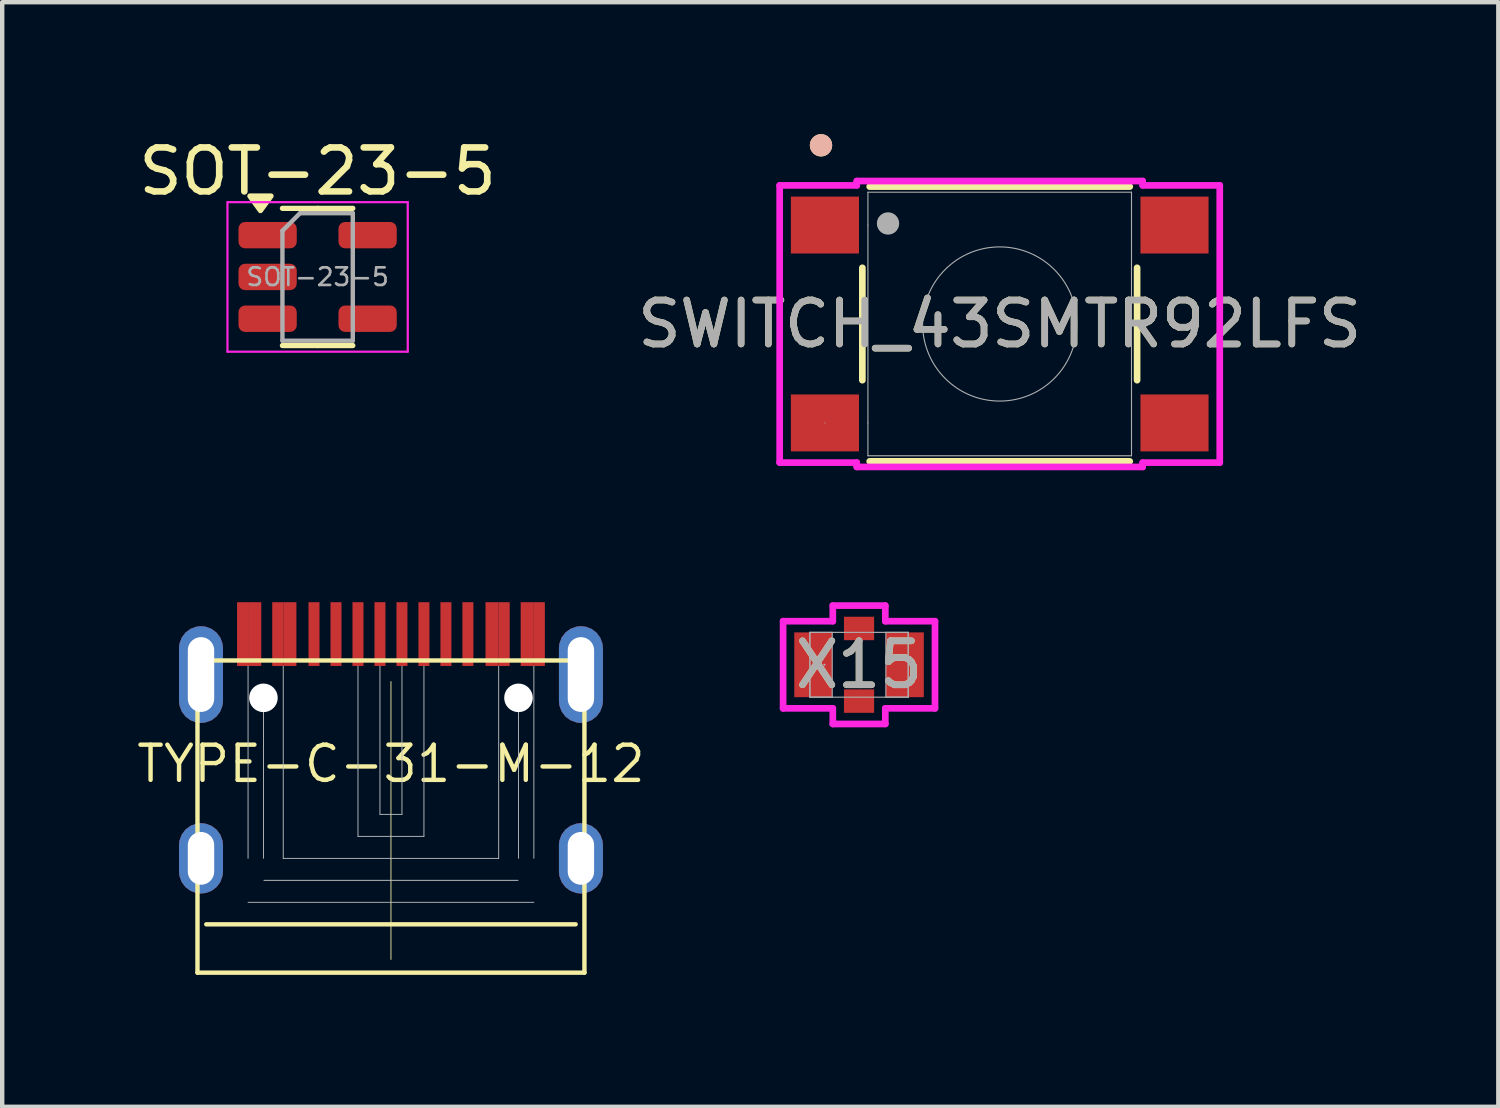
<source format=kicad_pcb>
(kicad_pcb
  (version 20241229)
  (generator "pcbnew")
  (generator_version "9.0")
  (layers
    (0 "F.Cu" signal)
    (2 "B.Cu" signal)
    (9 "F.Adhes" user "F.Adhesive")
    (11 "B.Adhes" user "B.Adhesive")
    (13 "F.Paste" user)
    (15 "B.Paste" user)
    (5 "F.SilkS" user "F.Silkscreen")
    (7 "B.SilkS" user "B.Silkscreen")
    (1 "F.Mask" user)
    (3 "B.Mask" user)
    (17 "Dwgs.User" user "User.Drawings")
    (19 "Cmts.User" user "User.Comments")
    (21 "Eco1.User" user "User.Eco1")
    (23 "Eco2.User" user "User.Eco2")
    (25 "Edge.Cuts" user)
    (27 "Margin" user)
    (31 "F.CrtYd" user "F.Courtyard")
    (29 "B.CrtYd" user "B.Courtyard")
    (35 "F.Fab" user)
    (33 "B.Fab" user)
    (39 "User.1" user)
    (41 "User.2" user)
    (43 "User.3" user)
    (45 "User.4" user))
  (footprint "X15"
    (layer "F.Cu")
    (at 16.486 12.068)
    (property "Reference" "X15" (at 0 0 0) (unlocked yes) (layer "F.SilkS") (effects (font (size 1 1) (thickness 0.15))))
    (attr smd)
    (fp_line (start -1.727 -0.991) (end -0.597 -0.991) (stroke (width 0.152) (type solid)) (layer "F.CrtYd"))
    (fp_line (start -1.727 0.991) (end -1.727 -0.991) (stroke (width 0.152) (type solid)) (layer "F.CrtYd"))
    (fp_line (start -1.727 0.991) (end -0.597 0.991) (stroke (width 0.152) (type solid)) (layer "F.CrtYd"))
    (fp_line (start -0.597 -1.346) (end 0.597 -1.346) (stroke (width 0.152) (type solid)) (layer "F.CrtYd"))
    (fp_line (start -0.597 -0.991) (end -0.597 -1.346) (stroke (width 0.152) (type solid)) (layer "F.CrtYd"))
    (fp_line (start -0.597 0.991) (end -0.597 1.346) (stroke (width 0.152) (type solid)) (layer "F.CrtYd"))
    (fp_line (start -0.597 1.346) (end 0.597 1.346) (stroke (width 0.152) (type solid)) (layer "F.CrtYd"))
    (fp_line (start 0.597 -0.991) (end 0.597 -1.346) (stroke (width 0.152) (type solid)) (layer "F.CrtYd"))
    (fp_line (start 0.597 0.991) (end 0.597 1.346) (stroke (width 0.152) (type solid)) (layer "F.CrtYd"))
    (fp_line (start 1.727 -0.991) (end 0.597 -0.991) (stroke (width 0.152) (type solid)) (layer "F.CrtYd"))
    (fp_line (start 1.727 0.991) (end 0.597 0.991) (stroke (width 0.152) (type solid)) (layer "F.CrtYd"))
    (fp_line (start 1.727 0.991) (end 1.727 -0.991) (stroke (width 0.152) (type solid)) (layer "F.CrtYd"))
    (fp_line (start -1.118 -0.737) (end -1.118 0.737) (stroke (width 0.025) (type solid)) (layer "F.Fab"))
    (fp_line (start -1.118 -0.737) (end -1.118 0.737) (stroke (width 0.025) (type solid)) (layer "F.Fab"))
    (fp_line (start -1.118 0.737) (end -0.61 0.737) (stroke (width 0.025) (type solid)) (layer "F.Fab"))
    (fp_line (start -1.118 0.737) (end 1.118 0.737) (stroke (width 0.025) (type solid)) (layer "F.Fab"))
    (fp_line (start -0.61 -0.737) (end -1.118 -0.737) (stroke (width 0.025) (type solid)) (layer "F.Fab"))
    (fp_line (start -0.61 0.737) (end -0.61 -0.737) (stroke (width 0.025) (type solid)) (layer "F.Fab"))
    (fp_line (start 0.61 -0.737) (end 0.61 0.737) (stroke (width 0.025) (type solid)) (layer "F.Fab"))
    (fp_line (start 0.61 0.737) (end 1.118 0.737) (stroke (width 0.025) (type solid)) (layer "F.Fab"))
    (fp_line (start 1.118 -0.737) (end -1.118 -0.737) (stroke (width 0.025) (type solid)) (layer "F.Fab"))
    (fp_line (start 1.118 -0.737) (end 0.61 -0.737) (stroke (width 0.025) (type solid)) (layer "F.Fab"))
    (fp_line (start 1.118 0.737) (end 1.118 -0.737) (stroke (width 0.025) (type solid)) (layer "F.Fab"))
    (fp_line (start 1.118 0.737) (end 1.118 -0.737) (stroke (width 0.025) (type solid)) (layer "F.Fab"))
    (fp_circle (center -0.787 0) (end -0.787 0) (stroke (width 0.025) (type solid)) (fill no) (layer "F.Fab"))
    (fp_text user "${REFERENCE}" (at 0 0 0) (unlocked yes) (layer "F.Fab") (effects (font (size 1 1) (thickness 0.15))))
    (pad "1" smd rect (at -1.041 0) (size 0.864 1.473) (layers "F.Cu" "F.Mask" "F.Paste"))
    (pad "2" smd rect (at 1.041 0) (size 0.864 1.473) (layers "F.Cu" "F.Mask" "F.Paste"))
    (pad "3" smd rect (at 0 -0.826) (size 0.686 0.533) (layers "F.Cu" "F.Mask" "F.Paste"))
    (pad "4" smd rect (at 0 0.826) (size 0.686 0.533) (layers "F.Cu" "F.Mask" "F.Paste")))
  (footprint "TYPE-C-31-M-12"
    (layer "F.Cu")
    (at 5.841 16.47)
    (property "Reference" "TYPE-C-31-M-12" (at 0 -2.15 180) (layer "F.SilkS") (effects (font (size 0.8 0.8) (thickness 0.1))))
    (attr smd)
    (fp_line (start -4.4 -4.5) (end -4.4 2.6) (stroke (width 0.1) (type solid)) (layer "F.SilkS"))
    (fp_line (start -4.4 -4.5) (end 4.4 -4.5) (stroke (width 0.1) (type solid)) (layer "F.SilkS"))
    (fp_line (start 0 -4.02) (end 0 2.3) (stroke (width 0.02) (type solid)) (layer "F.SilkS"))
    (fp_line (start 4.2 1.5) (end -4.2 1.5) (stroke (width 0.1) (type solid)) (layer "F.SilkS"))
    (fp_line (start 4.4 -4.5) (end 4.4 2.6) (stroke (width 0.1) (type solid)) (layer "F.SilkS"))
    (fp_line (start 4.4 2.6) (end -4.4 2.6) (stroke (width 0.1) (type solid)) (layer "F.SilkS"))
    (fp_line (start -3.25 -4.37) (end -3.25 0) (stroke (width 0.02) (type solid)) (layer "Dwgs.User"))
    (fp_line (start -3.25 1) (end 3.25 1) (stroke (width 0.02) (type solid)) (layer "Dwgs.User"))
    (fp_line (start -2.9 -3.65) (end -2.9 0) (stroke (width 0.02) (type solid)) (layer "Dwgs.User"))
    (fp_line (start -2.89 0.5) (end 2.89 0.5) (stroke (width 0.02) (type solid)) (layer "Dwgs.User"))
    (fp_line (start -2.45 -4.37) (end -2.45 0) (stroke (width 0.02) (type solid)) (layer "Dwgs.User"))
    (fp_line (start -2.45 0) (end 2.45 0) (stroke (width 0.02) (type solid)) (layer "Dwgs.User"))
    (fp_line (start -0.75 -4.37) (end -0.75 -0.5) (stroke (width 0.02) (type solid)) (layer "Dwgs.User"))
    (fp_line (start -0.75 -0.5) (end 0.75 -0.5) (stroke (width 0.02) (type solid)) (layer "Dwgs.User"))
    (fp_line (start -0.25 -4.37) (end -0.25 -1) (stroke (width 0.02) (type solid)) (layer "Dwgs.User"))
    (fp_line (start -0.25 -1) (end 0.25 -1) (stroke (width 0.02) (type solid)) (layer "Dwgs.User"))
    (fp_line (start 0.25 -4.37) (end 0.25 -1) (stroke (width 0.02) (type solid)) (layer "Dwgs.User"))
    (fp_line (start 0.75 -4.37) (end 0.75 -0.5) (stroke (width 0.02) (type solid)) (layer "Dwgs.User"))
    (fp_line (start 2.45 -4.37) (end 2.45 0) (stroke (width 0.02) (type solid)) (layer "Dwgs.User"))
    (fp_line (start 2.9 -3.65) (end 2.9 0) (stroke (width 0.02) (type solid)) (layer "Dwgs.User"))
    (fp_line (start 3.25 -4.37) (end 3.25 0) (stroke (width 0.02) (type solid)) (layer "Dwgs.User"))
    (pad "" np_thru_hole circle (at -2.9 -3.65) (size 0.65 0.65) (drill 0.65) (layers "*.Cu" "*.Mask"))
    (pad "" np_thru_hole circle (at 2.9 -3.65) (size 0.65 0.65) (drill 0.65) (layers "*.Cu" "*.Mask"))
    (pad "A1" smd rect (at -3.375 -5.1) (size 0.25 1.45) (layers "F.Cu" "F.Mask" "F.Paste"))
    (pad "A4" smd rect (at -2.575 -5.1) (size 0.25 1.45) (layers "F.Cu" "F.Mask" "F.Paste"))
    (pad "A5" smd rect (at -1.25 -5.1) (size 0.25 1.45) (layers "F.Cu" "F.Mask" "F.Paste"))
    (pad "A6" smd rect (at -0.25 -5.1) (size 0.25 1.45) (layers "F.Cu" "F.Mask" "F.Paste"))
    (pad "A7" smd rect (at 0.25 -5.1) (size 0.25 1.45) (layers "F.Cu" "F.Mask" "F.Paste"))
    (pad "A8" smd rect (at 1.25 -5.1) (size 0.25 1.45) (layers "F.Cu" "F.Mask" "F.Paste"))
    (pad "A9" smd rect (at 2.575 -5.1) (size 0.25 1.45) (layers "F.Cu" "F.Mask" "F.Paste"))
    (pad "A12" smd rect (at 3.375 -5.1) (size 0.25 1.45) (layers "F.Cu" "F.Mask" "F.Paste"))
    (pad "B1" smd rect (at 3.1 -5.1) (size 0.3 1.45) (layers "F.Cu" "F.Mask" "F.Paste"))
    (pad "B4" smd rect (at 2.3 -5.1) (size 0.3 1.45) (layers "F.Cu" "F.Mask" "F.Paste"))
    (pad "B5" smd rect (at 1.75 -5.1) (size 0.25 1.45) (layers "F.Cu" "F.Mask" "F.Paste"))
    (pad "B6" smd rect (at 0.75 -5.1) (size 0.25 1.45) (layers "F.Cu" "F.Mask" "F.Paste"))
    (pad "B7" smd rect (at -0.75 -5.1) (size 0.25 1.45) (layers "F.Cu" "F.Mask" "F.Paste"))
    (pad "B8" smd rect (at -1.75 -5.1) (size 0.25 1.45) (layers "F.Cu" "F.Mask" "F.Paste"))
    (pad "B9" smd rect (at -2.3 -5.1) (size 0.3 1.45) (layers "F.Cu" "F.Mask" "F.Paste"))
    (pad "B12" smd rect (at -3.1 -5.1) (size 0.3 1.45) (layers "F.Cu" "F.Mask" "F.Paste"))
    (pad "S1" thru_hole roundrect (at -4.32 -4.18) (size 1 2.2) (drill oval 0.6 1.7) (layers "*.Cu" "*.Mask") (roundrect_rratio 0.5))
    (pad "S1" thru_hole roundrect (at -4.32 0) (size 1 1.6) (drill oval 0.6 1.2) (layers "*.Cu" "*.Mask") (roundrect_rratio 0.5))
    (pad "S1" thru_hole roundrect (at 4.32 -4.18) (size 1 2.2) (drill oval 0.6 1.7) (layers "*.Cu" "*.Mask") (roundrect_rratio 0.5))
    (pad "S1" thru_hole roundrect (at 4.32 0) (size 1 1.6) (drill oval 0.6 1.2) (layers "*.Cu" "*.Mask") (roundrect_rratio 0.5)))
  (footprint "SOT-23-5"
    (layer "F.Cu")
    (at 4.173 3.248)
    (property "Reference" "SOT-23-5" (at 0 -2.4 0) (layer "F.SilkS") (effects (font (size 1 1) (thickness 0.15))))
    (attr smd)
    (fp_line (start 0 -1.56) (end -0.8 -1.56) (stroke (width 0.12) (type solid)) (layer "F.SilkS"))
    (fp_line (start 0 -1.56) (end 0.8 -1.56) (stroke (width 0.12) (type solid)) (layer "F.SilkS"))
    (fp_line (start 0 1.56) (end -0.8 1.56) (stroke (width 0.12) (type solid)) (layer "F.SilkS"))
    (fp_line (start 0 1.56) (end 0.8 1.56) (stroke (width 0.12) (type solid)) (layer "F.SilkS"))
    (fp_poly (pts (xy -1.3 -1.51) (xy -1.54 -1.84) (xy -1.06 -1.84) (xy -1.3 -1.51)) (stroke (width 0.12) (type solid)) (fill yes) (layer "F.SilkS"))
    (fp_line (start -2.05 -1.7) (end -2.05 1.7) (stroke (width 0.05) (type solid)) (layer "F.CrtYd"))
    (fp_line (start -2.05 1.7) (end 2.05 1.7) (stroke (width 0.05) (type solid)) (layer "F.CrtYd"))
    (fp_line (start 2.05 -1.7) (end -2.05 -1.7) (stroke (width 0.05) (type solid)) (layer "F.CrtYd"))
    (fp_line (start 2.05 1.7) (end 2.05 -1.7) (stroke (width 0.05) (type solid)) (layer "F.CrtYd"))
    (fp_line (start -0.8 -1.05) (end -0.4 -1.45) (stroke (width 0.1) (type solid)) (layer "F.Fab"))
    (fp_line (start -0.8 1.45) (end -0.8 -1.05) (stroke (width 0.1) (type solid)) (layer "F.Fab"))
    (fp_line (start -0.4 -1.45) (end 0.8 -1.45) (stroke (width 0.1) (type solid)) (layer "F.Fab"))
    (fp_line (start 0.8 -1.45) (end 0.8 1.45) (stroke (width 0.1) (type solid)) (layer "F.Fab"))
    (fp_line (start 0.8 1.45) (end -0.8 1.45) (stroke (width 0.1) (type solid)) (layer "F.Fab"))
    (fp_text user "${REFERENCE}" (at 0 0 0) (layer "F.Fab") (effects (font (size 0.4 0.4) (thickness 0.06))))
    (pad "1" smd roundrect (at -1.137 -0.95) (size 1.325 0.6) (layers "F.Cu" "F.Mask" "F.Paste") (roundrect_rratio 0.25))
    (pad "2" smd roundrect (at -1.137 0) (size 1.325 0.6) (layers "F.Cu" "F.Mask" "F.Paste") (roundrect_rratio 0.25))
    (pad "3" smd roundrect (at -1.137 0.95) (size 1.325 0.6) (layers "F.Cu" "F.Mask" "F.Paste") (roundrect_rratio 0.25))
    (pad "4" smd roundrect (at 1.137 0.95) (size 1.325 0.6) (layers "F.Cu" "F.Mask" "F.Paste") (roundrect_rratio 0.25))
    (pad "5" smd roundrect (at 1.137 -0.95) (size 1.325 0.6) (layers "F.Cu" "F.Mask" "F.Paste") (roundrect_rratio 0.25)))
  (footprint "SWITCH_43SMTR92LFS"
    (layer "F.Cu")
    (at 19.685 4.318)
    (property "Reference" "SWITCH_43SMTR92LFS" (at 0 0 0) (unlocked yes) (layer "F.SilkS") (effects (font (size 1 1) (thickness 0.15))))
    (attr smd)
    (fp_line (start -3.124 -1.278) (end -3.124 1.278) (stroke (width 0.152) (type solid)) (layer "F.SilkS"))
    (fp_line (start -2.957 3.124) (end 2.957 3.124) (stroke (width 0.152) (type solid)) (layer "F.SilkS"))
    (fp_line (start 2.957 -3.124) (end -2.957 -3.124) (stroke (width 0.152) (type solid)) (layer "F.SilkS"))
    (fp_line (start 3.124 1.278) (end 3.124 -1.278) (stroke (width 0.152) (type solid)) (layer "F.SilkS"))
    (fp_circle (center -4.064 -4.064) (end -3.937 -4.064) (stroke (width 0.254) (type solid)) (fill no) (layer "F.SilkS"))
    (fp_circle (center -4.064 -4.064) (end -3.937 -4.064) (stroke (width 0.254) (type solid)) (fill no) (layer "B.SilkS"))
    (fp_line (start -5.004 -3.152) (end -3.251 -3.152) (stroke (width 0.152) (type solid)) (layer "F.CrtYd"))
    (fp_line (start -5.004 3.152) (end -5.004 -3.152) (stroke (width 0.152) (type solid)) (layer "F.CrtYd"))
    (fp_line (start -5.004 3.152) (end -3.251 3.152) (stroke (width 0.152) (type solid)) (layer "F.CrtYd"))
    (fp_line (start -3.251 -3.251) (end 3.251 -3.251) (stroke (width 0.152) (type solid)) (layer "F.CrtYd"))
    (fp_line (start -3.251 -3.152) (end -3.251 -3.251) (stroke (width 0.152) (type solid)) (layer "F.CrtYd"))
    (fp_line (start -3.251 3.251) (end -3.251 3.152) (stroke (width 0.152) (type solid)) (layer "F.CrtYd"))
    (fp_line (start 3.251 -3.251) (end 3.251 -3.152) (stroke (width 0.152) (type solid)) (layer "F.CrtYd"))
    (fp_line (start 3.251 3.152) (end 3.251 3.251) (stroke (width 0.152) (type solid)) (layer "F.CrtYd"))
    (fp_line (start 3.251 3.251) (end -3.251 3.251) (stroke (width 0.152) (type solid)) (layer "F.CrtYd"))
    (fp_line (start 5.004 -3.152) (end 3.251 -3.152) (stroke (width 0.152) (type solid)) (layer "F.CrtYd"))
    (fp_line (start 5.004 -3.152) (end 5.004 3.152) (stroke (width 0.152) (type solid)) (layer "F.CrtYd"))
    (fp_line (start 5.004 3.152) (end 3.251 3.152) (stroke (width 0.152) (type solid)) (layer "F.CrtYd"))
    (fp_line (start -3.975 2.25) (end -3.975 2.25) (stroke (width 0.025) (type solid)) (layer "F.Fab"))
    (fp_line (start -2.997 -2.997) (end -2.997 2.997) (stroke (width 0.025) (type solid)) (layer "F.Fab"))
    (fp_line (start -2.997 -2.25) (end -2.997 -2.25) (stroke (width 0.025) (type solid)) (layer "F.Fab"))
    (fp_line (start -2.997 2.25) (end -2.997 2.25) (stroke (width 0.025) (type solid)) (layer "F.Fab"))
    (fp_line (start -2.997 2.997) (end 2.997 2.997) (stroke (width 0.025) (type solid)) (layer "F.Fab"))
    (fp_line (start 2.997 -2.997) (end -2.997 -2.997) (stroke (width 0.025) (type solid)) (layer "F.Fab"))
    (fp_line (start 2.997 -2.25) (end 2.997 -2.25) (stroke (width 0.025) (type solid)) (layer "F.Fab"))
    (fp_line (start 2.997 2.25) (end 2.997 2.25) (stroke (width 0.025) (type solid)) (layer "F.Fab"))
    (fp_line (start 2.997 2.997) (end 2.997 -2.997) (stroke (width 0.025) (type solid)) (layer "F.Fab"))
    (fp_circle (center -2.54 -2.286) (end -2.413 -2.286) (stroke (width 0.254) (type solid)) (fill no) (layer "F.Fab"))
    (fp_circle (center 0 0) (end 1.753 0) (stroke (width 0.025) (type solid)) (fill no) (layer "F.Fab"))
    (fp_text user "${REFERENCE}" (at 0 0 0) (unlocked yes) (layer "F.Fab") (effects (font (size 1 1) (thickness 0.15))))
    (pad "1" smd rect (at -3.975 -2.25) (size 1.549 1.295) (layers "F.Cu" "F.Mask" "F.Paste"))
    (pad "2" smd rect (at 3.975 -2.25) (size 1.549 1.295) (layers "F.Cu" "F.Mask" "F.Paste"))
    (pad "3" smd rect (at -3.975 2.25) (size 1.549 1.295) (layers "F.Cu" "F.Mask" "F.Paste"))
    (pad "4" smd rect (at 3.975 2.25) (size 1.549 1.295) (layers "F.Cu" "F.Mask" "F.Paste")))
  (gr_rect
    (start -3 -3)
    (end 31.024 22.12)
    (stroke (width 0.1) (type default))
    (fill no)
    (layer "Edge.Cuts")))
</source>
